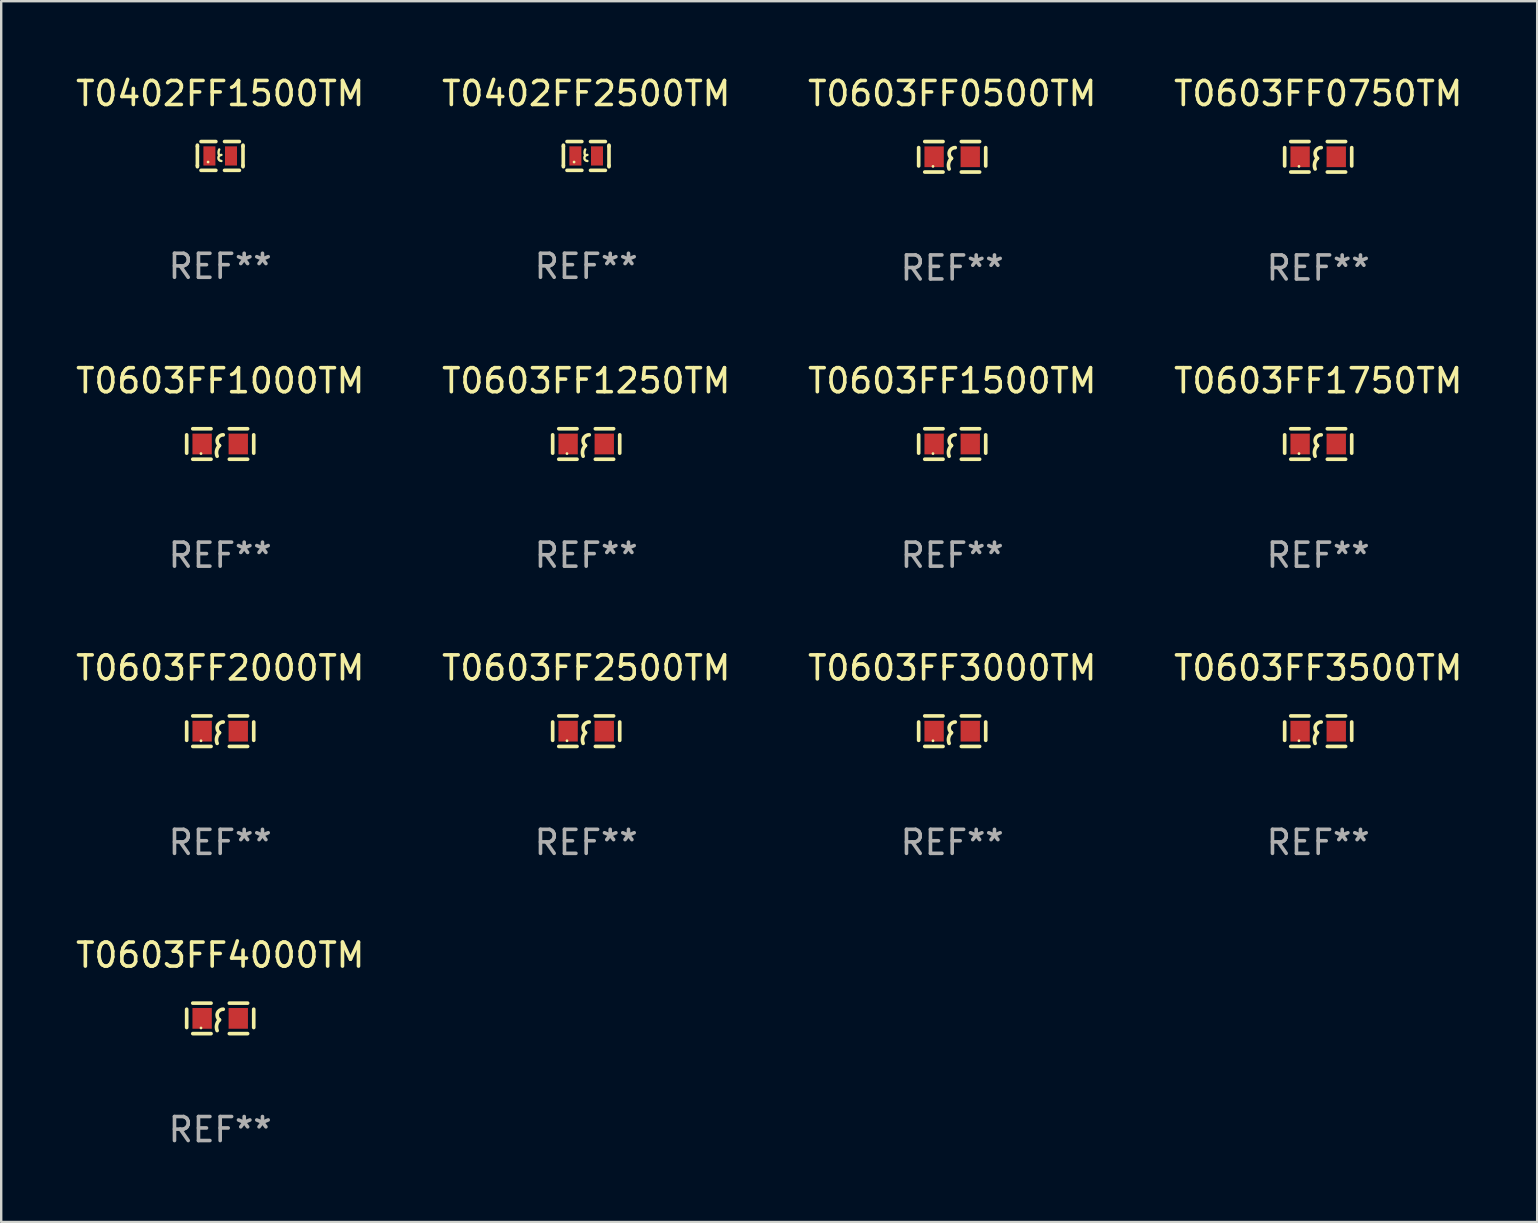
<source format=kicad_pcb>
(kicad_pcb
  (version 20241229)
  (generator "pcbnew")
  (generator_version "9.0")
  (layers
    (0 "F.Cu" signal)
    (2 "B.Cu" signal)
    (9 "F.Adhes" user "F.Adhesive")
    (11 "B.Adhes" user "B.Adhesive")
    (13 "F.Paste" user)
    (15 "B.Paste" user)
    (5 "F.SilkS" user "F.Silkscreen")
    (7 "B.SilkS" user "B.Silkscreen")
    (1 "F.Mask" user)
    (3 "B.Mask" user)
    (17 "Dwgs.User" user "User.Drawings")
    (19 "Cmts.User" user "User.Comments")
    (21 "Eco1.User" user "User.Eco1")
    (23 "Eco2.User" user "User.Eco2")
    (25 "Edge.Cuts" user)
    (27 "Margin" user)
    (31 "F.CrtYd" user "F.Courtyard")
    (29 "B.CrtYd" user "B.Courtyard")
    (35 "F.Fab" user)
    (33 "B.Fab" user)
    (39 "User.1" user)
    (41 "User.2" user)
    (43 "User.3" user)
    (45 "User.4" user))
  (footprint "T0603FF4000TM"
    (layer "F.Cu")
    (at 6.125 39.383)
    (property "Reference" "T0603FF4000TM" (at 0 -2.635 0) (layer "F.SilkS") (effects (font (size 1 1) (thickness 0.15))))
    (attr through_hole)
    (fp_line (start -1.397 -0.381) (end -1.397 0.381) (stroke (width 0.152) (type solid)) (layer "F.SilkS"))
    (fp_line (start -0.381 -0.635) (end -1.143 -0.635) (stroke (width 0.152) (type solid)) (layer "F.SilkS"))
    (fp_line (start -0.381 0.635) (end -1.143 0.635) (stroke (width 0.152) (type solid)) (layer "F.SilkS"))
    (fp_line (start 0.381 -0.635) (end 1.143 -0.635) (stroke (width 0.152) (type solid)) (layer "F.SilkS"))
    (fp_line (start 0.381 0.635) (end 1.143 0.635) (stroke (width 0.152) (type solid)) (layer "F.SilkS"))
    (fp_line (start 1.397 -0.381) (end 1.397 0.381) (stroke (width 0.152) (type solid)) (layer "F.SilkS"))
    (fp_arc (start -0.127 0.508001) (mid -0.146523 0.271131) (end -0.030861 0.0635) (stroke (width 0.151994) (type solid)) (layer "F.SilkS"))
    (fp_arc (start -0.03175 0.0635) (mid -0.113571 -0.216321) (end 0.127001 -0.381002) (stroke (width 0.151994) (type solid)) (layer "F.SilkS"))
    (fp_circle (center -0.8 0.4) (end -0.77 0.4) (stroke (width 0.06) (type solid)) (fill no) (layer "F.SilkS"))
    (fp_text user "REF**" (at 0 4.635 0) (layer "F.Fab") (effects (font (size 1 1) (thickness 0.15))))
    (pad "1" smd rect (at -0.753 0) (size 0.806 0.864) (layers "F.Cu" "F.Mask" "F.Paste"))
    (pad "2" smd rect (at 0.753 0) (size 0.806 0.864) (layers "F.Cu" "F.Mask" "F.Paste")))
  (footprint "T0603FF1250TM"
    (layer "F.Cu")
    (at 21.375 15.45)
    (property "Reference" "T0603FF1250TM" (at 0 -2.635 0) (layer "F.SilkS") (effects (font (size 1 1) (thickness 0.15))))
    (attr through_hole)
    (fp_line (start -1.397 -0.381) (end -1.397 0.381) (stroke (width 0.152) (type solid)) (layer "F.SilkS"))
    (fp_line (start -0.381 -0.635) (end -1.143 -0.635) (stroke (width 0.152) (type solid)) (layer "F.SilkS"))
    (fp_line (start -0.381 0.635) (end -1.143 0.635) (stroke (width 0.152) (type solid)) (layer "F.SilkS"))
    (fp_line (start 0.381 -0.635) (end 1.143 -0.635) (stroke (width 0.152) (type solid)) (layer "F.SilkS"))
    (fp_line (start 0.381 0.635) (end 1.143 0.635) (stroke (width 0.152) (type solid)) (layer "F.SilkS"))
    (fp_line (start 1.397 -0.381) (end 1.397 0.381) (stroke (width 0.152) (type solid)) (layer "F.SilkS"))
    (fp_arc (start -0.127 0.508001) (mid -0.146523 0.271131) (end -0.030861 0.0635) (stroke (width 0.151994) (type solid)) (layer "F.SilkS"))
    (fp_arc (start -0.03175 0.0635) (mid -0.113571 -0.216321) (end 0.127001 -0.381002) (stroke (width 0.151994) (type solid)) (layer "F.SilkS"))
    (fp_circle (center -0.8 0.4) (end -0.77 0.4) (stroke (width 0.06) (type solid)) (fill no) (layer "F.SilkS"))
    (fp_text user "REF**" (at 0 4.635 0) (layer "F.Fab") (effects (font (size 1 1) (thickness 0.15))))
    (pad "1" smd rect (at -0.753 0) (size 0.806 0.864) (layers "F.Cu" "F.Mask" "F.Paste"))
    (pad "2" smd rect (at 0.753 0) (size 0.806 0.864) (layers "F.Cu" "F.Mask" "F.Paste")))
  (footprint "T0603FF2500TM"
    (layer "F.Cu")
    (at 21.375 27.416)
    (property "Reference" "T0603FF2500TM" (at 0 -2.635 0) (layer "F.SilkS") (effects (font (size 1 1) (thickness 0.15))))
    (attr through_hole)
    (fp_line (start -1.397 -0.381) (end -1.397 0.381) (stroke (width 0.152) (type solid)) (layer "F.SilkS"))
    (fp_line (start -0.381 -0.635) (end -1.143 -0.635) (stroke (width 0.152) (type solid)) (layer "F.SilkS"))
    (fp_line (start -0.381 0.635) (end -1.143 0.635) (stroke (width 0.152) (type solid)) (layer "F.SilkS"))
    (fp_line (start 0.381 -0.635) (end 1.143 -0.635) (stroke (width 0.152) (type solid)) (layer "F.SilkS"))
    (fp_line (start 0.381 0.635) (end 1.143 0.635) (stroke (width 0.152) (type solid)) (layer "F.SilkS"))
    (fp_line (start 1.397 -0.381) (end 1.397 0.381) (stroke (width 0.152) (type solid)) (layer "F.SilkS"))
    (fp_arc (start -0.127 0.508001) (mid -0.146523 0.271131) (end -0.030861 0.0635) (stroke (width 0.151994) (type solid)) (layer "F.SilkS"))
    (fp_arc (start -0.03175 0.0635) (mid -0.113571 -0.216321) (end 0.127001 -0.381002) (stroke (width 0.151994) (type solid)) (layer "F.SilkS"))
    (fp_circle (center -0.8 0.4) (end -0.77 0.4) (stroke (width 0.06) (type solid)) (fill no) (layer "F.SilkS"))
    (fp_text user "REF**" (at 0 4.635 0) (layer "F.Fab") (effects (font (size 1 1) (thickness 0.15))))
    (pad "1" smd rect (at -0.753 0) (size 0.806 0.864) (layers "F.Cu" "F.Mask" "F.Paste"))
    (pad "2" smd rect (at 0.753 0) (size 0.806 0.864) (layers "F.Cu" "F.Mask" "F.Paste")))
  (footprint "T0603FF0750TM"
    (layer "F.Cu")
    (at 51.875 3.483)
    (property "Reference" "T0603FF0750TM" (at 0 -2.635 0) (layer "F.SilkS") (effects (font (size 1 1) (thickness 0.15))))
    (attr through_hole)
    (fp_line (start -1.397 -0.381) (end -1.397 0.381) (stroke (width 0.152) (type solid)) (layer "F.SilkS"))
    (fp_line (start -0.381 -0.635) (end -1.143 -0.635) (stroke (width 0.152) (type solid)) (layer "F.SilkS"))
    (fp_line (start -0.381 0.635) (end -1.143 0.635) (stroke (width 0.152) (type solid)) (layer "F.SilkS"))
    (fp_line (start 0.381 -0.635) (end 1.143 -0.635) (stroke (width 0.152) (type solid)) (layer "F.SilkS"))
    (fp_line (start 0.381 0.635) (end 1.143 0.635) (stroke (width 0.152) (type solid)) (layer "F.SilkS"))
    (fp_line (start 1.397 -0.381) (end 1.397 0.381) (stroke (width 0.152) (type solid)) (layer "F.SilkS"))
    (fp_arc (start -0.127 0.508001) (mid -0.146523 0.271131) (end -0.030861 0.0635) (stroke (width 0.151994) (type solid)) (layer "F.SilkS"))
    (fp_arc (start -0.03175 0.0635) (mid -0.113571 -0.216321) (end 0.127001 -0.381002) (stroke (width 0.151994) (type solid)) (layer "F.SilkS"))
    (fp_circle (center -0.8 0.4) (end -0.77 0.4) (stroke (width 0.06) (type solid)) (fill no) (layer "F.SilkS"))
    (fp_text user "REF**" (at 0 4.635 0) (layer "F.Fab") (effects (font (size 1 1) (thickness 0.15))))
    (pad "1" smd rect (at -0.753 0) (size 0.806 0.864) (layers "F.Cu" "F.Mask" "F.Paste"))
    (pad "2" smd rect (at 0.753 0) (size 0.806 0.864) (layers "F.Cu" "F.Mask" "F.Paste")))
  (footprint "T0603FF3500TM"
    (layer "F.Cu")
    (at 51.875 27.416)
    (property "Reference" "T0603FF3500TM" (at 0 -2.635 0) (layer "F.SilkS") (effects (font (size 1 1) (thickness 0.15))))
    (attr through_hole)
    (fp_line (start -1.397 -0.381) (end -1.397 0.381) (stroke (width 0.152) (type solid)) (layer "F.SilkS"))
    (fp_line (start -0.381 -0.635) (end -1.143 -0.635) (stroke (width 0.152) (type solid)) (layer "F.SilkS"))
    (fp_line (start -0.381 0.635) (end -1.143 0.635) (stroke (width 0.152) (type solid)) (layer "F.SilkS"))
    (fp_line (start 0.381 -0.635) (end 1.143 -0.635) (stroke (width 0.152) (type solid)) (layer "F.SilkS"))
    (fp_line (start 0.381 0.635) (end 1.143 0.635) (stroke (width 0.152) (type solid)) (layer "F.SilkS"))
    (fp_line (start 1.397 -0.381) (end 1.397 0.381) (stroke (width 0.152) (type solid)) (layer "F.SilkS"))
    (fp_arc (start -0.127 0.508001) (mid -0.146523 0.271131) (end -0.030861 0.0635) (stroke (width 0.151994) (type solid)) (layer "F.SilkS"))
    (fp_arc (start -0.03175 0.0635) (mid -0.113571 -0.216321) (end 0.127001 -0.381002) (stroke (width 0.151994) (type solid)) (layer "F.SilkS"))
    (fp_circle (center -0.8 0.4) (end -0.77 0.4) (stroke (width 0.06) (type solid)) (fill no) (layer "F.SilkS"))
    (fp_text user "REF**" (at 0 4.635 0) (layer "F.Fab") (effects (font (size 1 1) (thickness 0.15))))
    (pad "1" smd rect (at -0.753 0) (size 0.806 0.864) (layers "F.Cu" "F.Mask" "F.Paste"))
    (pad "2" smd rect (at 0.753 0) (size 0.806 0.864) (layers "F.Cu" "F.Mask" "F.Paste")))
  (footprint "T0603FF1000TM"
    (layer "F.Cu")
    (at 6.125 15.45)
    (property "Reference" "T0603FF1000TM" (at 0 -2.635 0) (layer "F.SilkS") (effects (font (size 1 1) (thickness 0.15))))
    (attr through_hole)
    (fp_line (start -1.397 -0.381) (end -1.397 0.381) (stroke (width 0.152) (type solid)) (layer "F.SilkS"))
    (fp_line (start -0.381 -0.635) (end -1.143 -0.635) (stroke (width 0.152) (type solid)) (layer "F.SilkS"))
    (fp_line (start -0.381 0.635) (end -1.143 0.635) (stroke (width 0.152) (type solid)) (layer "F.SilkS"))
    (fp_line (start 0.381 -0.635) (end 1.143 -0.635) (stroke (width 0.152) (type solid)) (layer "F.SilkS"))
    (fp_line (start 0.381 0.635) (end 1.143 0.635) (stroke (width 0.152) (type solid)) (layer "F.SilkS"))
    (fp_line (start 1.397 -0.381) (end 1.397 0.381) (stroke (width 0.152) (type solid)) (layer "F.SilkS"))
    (fp_arc (start -0.127 0.508001) (mid -0.146523 0.271131) (end -0.030861 0.0635) (stroke (width 0.151994) (type solid)) (layer "F.SilkS"))
    (fp_arc (start -0.03175 0.0635) (mid -0.113571 -0.216321) (end 0.127001 -0.381002) (stroke (width 0.151994) (type solid)) (layer "F.SilkS"))
    (fp_circle (center -0.8 0.4) (end -0.77 0.4) (stroke (width 0.06) (type solid)) (fill no) (layer "F.SilkS"))
    (fp_text user "REF**" (at 0 4.635 0) (layer "F.Fab") (effects (font (size 1 1) (thickness 0.15))))
    (pad "1" smd rect (at -0.753 0) (size 0.806 0.864) (layers "F.Cu" "F.Mask" "F.Paste"))
    (pad "2" smd rect (at 0.753 0) (size 0.806 0.864) (layers "F.Cu" "F.Mask" "F.Paste")))
  (footprint "T0603FF2000TM"
    (layer "F.Cu")
    (at 6.125 27.416)
    (property "Reference" "T0603FF2000TM" (at 0 -2.635 0) (layer "F.SilkS") (effects (font (size 1 1) (thickness 0.15))))
    (attr through_hole)
    (fp_line (start -1.397 -0.381) (end -1.397 0.381) (stroke (width 0.152) (type solid)) (layer "F.SilkS"))
    (fp_line (start -0.381 -0.635) (end -1.143 -0.635) (stroke (width 0.152) (type solid)) (layer "F.SilkS"))
    (fp_line (start -0.381 0.635) (end -1.143 0.635) (stroke (width 0.152) (type solid)) (layer "F.SilkS"))
    (fp_line (start 0.381 -0.635) (end 1.143 -0.635) (stroke (width 0.152) (type solid)) (layer "F.SilkS"))
    (fp_line (start 0.381 0.635) (end 1.143 0.635) (stroke (width 0.152) (type solid)) (layer "F.SilkS"))
    (fp_line (start 1.397 -0.381) (end 1.397 0.381) (stroke (width 0.152) (type solid)) (layer "F.SilkS"))
    (fp_arc (start -0.127 0.508001) (mid -0.146523 0.271131) (end -0.030861 0.0635) (stroke (width 0.151994) (type solid)) (layer "F.SilkS"))
    (fp_arc (start -0.03175 0.0635) (mid -0.113571 -0.216321) (end 0.127001 -0.381002) (stroke (width 0.151994) (type solid)) (layer "F.SilkS"))
    (fp_circle (center -0.8 0.4) (end -0.77 0.4) (stroke (width 0.06) (type solid)) (fill no) (layer "F.SilkS"))
    (fp_text user "REF**" (at 0 4.635 0) (layer "F.Fab") (effects (font (size 1 1) (thickness 0.15))))
    (pad "1" smd rect (at -0.753 0) (size 0.806 0.864) (layers "F.Cu" "F.Mask" "F.Paste"))
    (pad "2" smd rect (at 0.753 0) (size 0.806 0.864) (layers "F.Cu" "F.Mask" "F.Paste")))
  (footprint "T0603FF3000TM"
    (layer "F.Cu")
    (at 36.625 27.416)
    (property "Reference" "T0603FF3000TM" (at 0 -2.635 0) (layer "F.SilkS") (effects (font (size 1 1) (thickness 0.15))))
    (attr through_hole)
    (fp_line (start -1.397 -0.381) (end -1.397 0.381) (stroke (width 0.152) (type solid)) (layer "F.SilkS"))
    (fp_line (start -0.381 -0.635) (end -1.143 -0.635) (stroke (width 0.152) (type solid)) (layer "F.SilkS"))
    (fp_line (start -0.381 0.635) (end -1.143 0.635) (stroke (width 0.152) (type solid)) (layer "F.SilkS"))
    (fp_line (start 0.381 -0.635) (end 1.143 -0.635) (stroke (width 0.152) (type solid)) (layer "F.SilkS"))
    (fp_line (start 0.381 0.635) (end 1.143 0.635) (stroke (width 0.152) (type solid)) (layer "F.SilkS"))
    (fp_line (start 1.397 -0.381) (end 1.397 0.381) (stroke (width 0.152) (type solid)) (layer "F.SilkS"))
    (fp_arc (start -0.127 0.508001) (mid -0.146523 0.271131) (end -0.030861 0.0635) (stroke (width 0.151994) (type solid)) (layer "F.SilkS"))
    (fp_arc (start -0.03175 0.0635) (mid -0.113571 -0.216321) (end 0.127001 -0.381002) (stroke (width 0.151994) (type solid)) (layer "F.SilkS"))
    (fp_circle (center -0.8 0.4) (end -0.77 0.4) (stroke (width 0.06) (type solid)) (fill no) (layer "F.SilkS"))
    (fp_text user "REF**" (at 0 4.635 0) (layer "F.Fab") (effects (font (size 1 1) (thickness 0.15))))
    (pad "1" smd rect (at -0.753 0) (size 0.806 0.864) (layers "F.Cu" "F.Mask" "F.Paste"))
    (pad "2" smd rect (at 0.753 0) (size 0.806 0.864) (layers "F.Cu" "F.Mask" "F.Paste")))
  (footprint "T0402FF2500TM"
    (layer "F.Cu")
    (at 21.375 3.448)
    (property "Reference" "T0402FF2500TM" (at 0 -2.6 0) (layer "F.SilkS") (effects (font (size 1 1) (thickness 0.15))))
    (attr through_hole)
    (fp_line (start -0.95 -0.45) (end -0.95 -0.4) (stroke (width 0.15) (type solid)) (layer "F.SilkS"))
    (fp_line (start -0.95 -0.4) (end -0.95 0.4) (stroke (width 0.15) (type solid)) (layer "F.SilkS"))
    (fp_line (start -0.95 0.45) (end -0.95 0.4) (stroke (width 0.15) (type solid)) (layer "F.SilkS"))
    (fp_line (start -0.18 -0.6) (end -0.8 -0.6) (stroke (width 0.15) (type solid)) (layer "F.SilkS"))
    (fp_line (start -0.18 0.6) (end -0.8 0.6) (stroke (width 0.15) (type solid)) (layer "F.SilkS"))
    (fp_line (start 0.18 -0.6) (end 0.8 -0.6) (stroke (width 0.15) (type solid)) (layer "F.SilkS"))
    (fp_line (start 0.18 0.6) (end 0.8 0.6) (stroke (width 0.15) (type solid)) (layer "F.SilkS"))
    (fp_line (start 0.95 -0.45) (end 0.95 -0.4) (stroke (width 0.15) (type solid)) (layer "F.SilkS"))
    (fp_line (start 0.95 -0.4) (end 0.95 0.4) (stroke (width 0.15) (type solid)) (layer "F.SilkS"))
    (fp_line (start 0.95 0.45) (end 0.95 0.4) (stroke (width 0.15) (type solid)) (layer "F.SilkS"))
    (fp_arc (start -0.039942 -0.016052) (mid -0.069923 -0.143053) (end -0.039942 -0.270053) (stroke (width 0.1) (type solid)) (layer "F.SilkS"))
    (fp_arc (start 0.050076 0.209957) (mid -0.076924 0.082957) (end 0.050076 -0.044043) (stroke (width 0.1) (type solid)) (layer "F.SilkS"))
    (fp_circle (center -0.505 0.253) (end -0.475 0.253) (stroke (width 0.06) (type solid)) (fill no) (layer "F.SilkS"))
    (fp_text user "REF**" (at 0 4.6 0) (layer "F.Fab") (effects (font (size 1 1) (thickness 0.15))))
    (pad "1" smd rect (at -0.45 -0.000051) (size 0.5 0.8) (layers "F.Cu" "F.Mask" "F.Paste"))
    (pad "2" smd rect (at 0.45 -0.000051) (size 0.5 0.8) (layers "F.Cu" "F.Mask" "F.Paste")))
  (footprint "T0603FF1750TM"
    (layer "F.Cu")
    (at 51.875 15.45)
    (property "Reference" "T0603FF1750TM" (at 0 -2.635 0) (layer "F.SilkS") (effects (font (size 1 1) (thickness 0.15))))
    (attr through_hole)
    (fp_line (start -1.397 -0.381) (end -1.397 0.381) (stroke (width 0.152) (type solid)) (layer "F.SilkS"))
    (fp_line (start -0.381 -0.635) (end -1.143 -0.635) (stroke (width 0.152) (type solid)) (layer "F.SilkS"))
    (fp_line (start -0.381 0.635) (end -1.143 0.635) (stroke (width 0.152) (type solid)) (layer "F.SilkS"))
    (fp_line (start 0.381 -0.635) (end 1.143 -0.635) (stroke (width 0.152) (type solid)) (layer "F.SilkS"))
    (fp_line (start 0.381 0.635) (end 1.143 0.635) (stroke (width 0.152) (type solid)) (layer "F.SilkS"))
    (fp_line (start 1.397 -0.381) (end 1.397 0.381) (stroke (width 0.152) (type solid)) (layer "F.SilkS"))
    (fp_arc (start -0.127 0.508001) (mid -0.146523 0.271131) (end -0.030861 0.0635) (stroke (width 0.151994) (type solid)) (layer "F.SilkS"))
    (fp_arc (start -0.03175 0.0635) (mid -0.113571 -0.216321) (end 0.127001 -0.381002) (stroke (width 0.151994) (type solid)) (layer "F.SilkS"))
    (fp_circle (center -0.8 0.4) (end -0.77 0.4) (stroke (width 0.06) (type solid)) (fill no) (layer "F.SilkS"))
    (fp_text user "REF**" (at 0 4.635 0) (layer "F.Fab") (effects (font (size 1 1) (thickness 0.15))))
    (pad "1" smd rect (at -0.753 0) (size 0.806 0.864) (layers "F.Cu" "F.Mask" "F.Paste"))
    (pad "2" smd rect (at 0.753 0) (size 0.806 0.864) (layers "F.Cu" "F.Mask" "F.Paste")))
  (footprint "T0603FF1500TM"
    (layer "F.Cu")
    (at 36.625 15.45)
    (property "Reference" "T0603FF1500TM" (at 0 -2.635 0) (layer "F.SilkS") (effects (font (size 1 1) (thickness 0.15))))
    (attr through_hole)
    (fp_line (start -1.397 -0.381) (end -1.397 0.381) (stroke (width 0.152) (type solid)) (layer "F.SilkS"))
    (fp_line (start -0.381 -0.635) (end -1.143 -0.635) (stroke (width 0.152) (type solid)) (layer "F.SilkS"))
    (fp_line (start -0.381 0.635) (end -1.143 0.635) (stroke (width 0.152) (type solid)) (layer "F.SilkS"))
    (fp_line (start 0.381 -0.635) (end 1.143 -0.635) (stroke (width 0.152) (type solid)) (layer "F.SilkS"))
    (fp_line (start 0.381 0.635) (end 1.143 0.635) (stroke (width 0.152) (type solid)) (layer "F.SilkS"))
    (fp_line (start 1.397 -0.381) (end 1.397 0.381) (stroke (width 0.152) (type solid)) (layer "F.SilkS"))
    (fp_arc (start -0.127 0.508001) (mid -0.146523 0.271131) (end -0.030861 0.0635) (stroke (width 0.151994) (type solid)) (layer "F.SilkS"))
    (fp_arc (start -0.03175 0.0635) (mid -0.113571 -0.216321) (end 0.127001 -0.381002) (stroke (width 0.151994) (type solid)) (layer "F.SilkS"))
    (fp_circle (center -0.8 0.4) (end -0.77 0.4) (stroke (width 0.06) (type solid)) (fill no) (layer "F.SilkS"))
    (fp_text user "REF**" (at 0 4.635 0) (layer "F.Fab") (effects (font (size 1 1) (thickness 0.15))))
    (pad "1" smd rect (at -0.753 0) (size 0.806 0.864) (layers "F.Cu" "F.Mask" "F.Paste"))
    (pad "2" smd rect (at 0.753 0) (size 0.806 0.864) (layers "F.Cu" "F.Mask" "F.Paste")))
  (footprint "T0402FF1500TM"
    (layer "F.Cu")
    (at 6.125 3.448)
    (property "Reference" "T0402FF1500TM" (at 0 -2.6 0) (layer "F.SilkS") (effects (font (size 1 1) (thickness 0.15))))
    (attr through_hole)
    (fp_line (start -0.95 -0.45) (end -0.95 -0.4) (stroke (width 0.15) (type solid)) (layer "F.SilkS"))
    (fp_line (start -0.95 -0.4) (end -0.95 0.4) (stroke (width 0.15) (type solid)) (layer "F.SilkS"))
    (fp_line (start -0.95 0.45) (end -0.95 0.4) (stroke (width 0.15) (type solid)) (layer "F.SilkS"))
    (fp_line (start -0.18 -0.6) (end -0.8 -0.6) (stroke (width 0.15) (type solid)) (layer "F.SilkS"))
    (fp_line (start -0.18 0.6) (end -0.8 0.6) (stroke (width 0.15) (type solid)) (layer "F.SilkS"))
    (fp_line (start 0.18 -0.6) (end 0.8 -0.6) (stroke (width 0.15) (type solid)) (layer "F.SilkS"))
    (fp_line (start 0.18 0.6) (end 0.8 0.6) (stroke (width 0.15) (type solid)) (layer "F.SilkS"))
    (fp_line (start 0.95 -0.45) (end 0.95 -0.4) (stroke (width 0.15) (type solid)) (layer "F.SilkS"))
    (fp_line (start 0.95 -0.4) (end 0.95 0.4) (stroke (width 0.15) (type solid)) (layer "F.SilkS"))
    (fp_line (start 0.95 0.45) (end 0.95 0.4) (stroke (width 0.15) (type solid)) (layer "F.SilkS"))
    (fp_arc (start -0.039942 -0.016052) (mid -0.069923 -0.143053) (end -0.039942 -0.270053) (stroke (width 0.1) (type solid)) (layer "F.SilkS"))
    (fp_arc (start 0.050076 0.209957) (mid -0.076924 0.082957) (end 0.050076 -0.044043) (stroke (width 0.1) (type solid)) (layer "F.SilkS"))
    (fp_circle (center -0.505 0.253) (end -0.475 0.253) (stroke (width 0.06) (type solid)) (fill no) (layer "F.SilkS"))
    (fp_text user "REF**" (at 0 4.6 0) (layer "F.Fab") (effects (font (size 1 1) (thickness 0.15))))
    (pad "1" smd rect (at -0.45 -0.000051) (size 0.5 0.8) (layers "F.Cu" "F.Mask" "F.Paste"))
    (pad "2" smd rect (at 0.45 -0.000051) (size 0.5 0.8) (layers "F.Cu" "F.Mask" "F.Paste")))
  (footprint "T0603FF0500TM"
    (layer "F.Cu")
    (at 36.625 3.483)
    (property "Reference" "T0603FF0500TM" (at 0 -2.635 0) (layer "F.SilkS") (effects (font (size 1 1) (thickness 0.15))))
    (attr through_hole)
    (fp_line (start -1.397 -0.381) (end -1.397 0.381) (stroke (width 0.152) (type solid)) (layer "F.SilkS"))
    (fp_line (start -0.381 -0.635) (end -1.143 -0.635) (stroke (width 0.152) (type solid)) (layer "F.SilkS"))
    (fp_line (start -0.381 0.635) (end -1.143 0.635) (stroke (width 0.152) (type solid)) (layer "F.SilkS"))
    (fp_line (start 0.381 -0.635) (end 1.143 -0.635) (stroke (width 0.152) (type solid)) (layer "F.SilkS"))
    (fp_line (start 0.381 0.635) (end 1.143 0.635) (stroke (width 0.152) (type solid)) (layer "F.SilkS"))
    (fp_line (start 1.397 -0.381) (end 1.397 0.381) (stroke (width 0.152) (type solid)) (layer "F.SilkS"))
    (fp_arc (start -0.127 0.508001) (mid -0.146523 0.271131) (end -0.030861 0.0635) (stroke (width 0.151994) (type solid)) (layer "F.SilkS"))
    (fp_arc (start -0.03175 0.0635) (mid -0.113571 -0.216321) (end 0.127001 -0.381002) (stroke (width 0.151994) (type solid)) (layer "F.SilkS"))
    (fp_circle (center -0.8 0.4) (end -0.77 0.4) (stroke (width 0.06) (type solid)) (fill no) (layer "F.SilkS"))
    (fp_text user "REF**" (at 0 4.635 0) (layer "F.Fab") (effects (font (size 1 1) (thickness 0.15))))
    (pad "1" smd rect (at -0.753 0) (size 0.806 0.864) (layers "F.Cu" "F.Mask" "F.Paste"))
    (pad "2" smd rect (at 0.753 0) (size 0.806 0.864) (layers "F.Cu" "F.Mask" "F.Paste")))
  (gr_rect
    (start -3 -3)
    (end 61 47.866)
    (stroke (width 0.1) (type default))
    (fill no)
    (layer "Edge.Cuts")))
</source>
